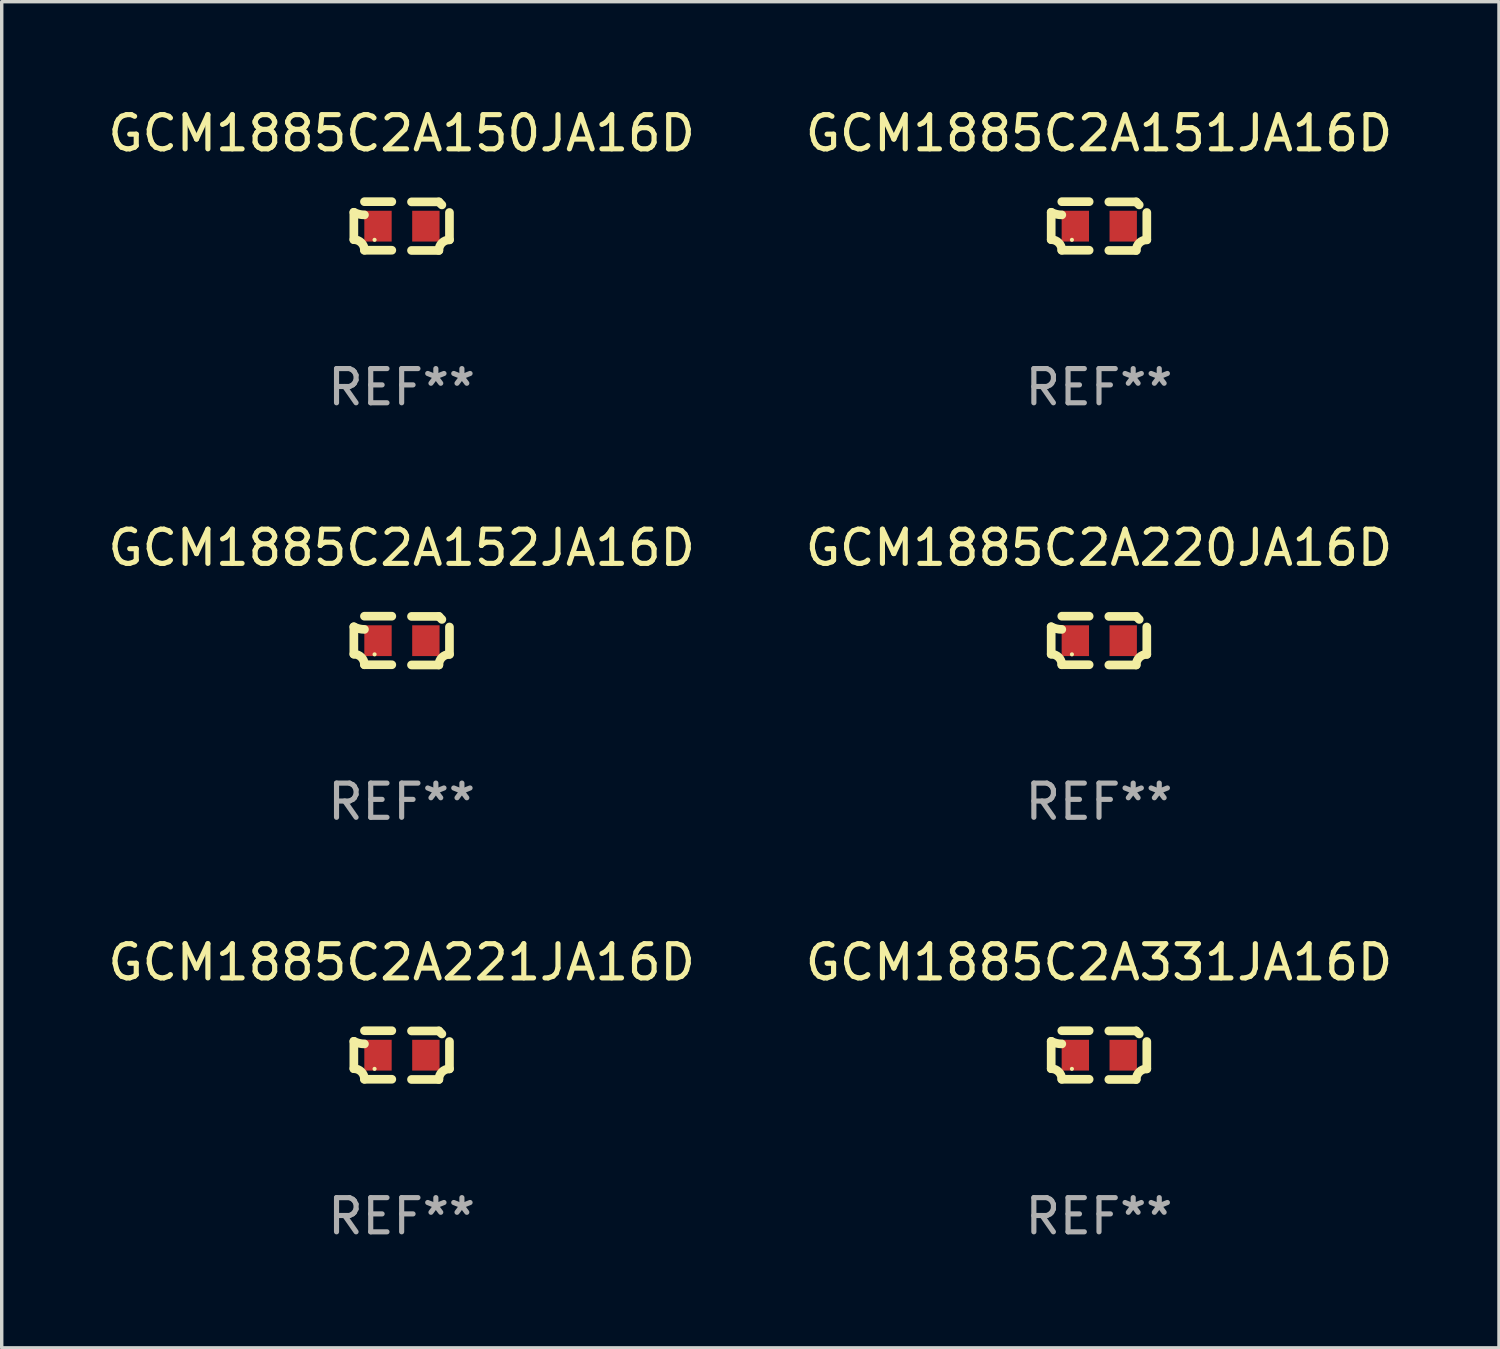
<source format=kicad_pcb>
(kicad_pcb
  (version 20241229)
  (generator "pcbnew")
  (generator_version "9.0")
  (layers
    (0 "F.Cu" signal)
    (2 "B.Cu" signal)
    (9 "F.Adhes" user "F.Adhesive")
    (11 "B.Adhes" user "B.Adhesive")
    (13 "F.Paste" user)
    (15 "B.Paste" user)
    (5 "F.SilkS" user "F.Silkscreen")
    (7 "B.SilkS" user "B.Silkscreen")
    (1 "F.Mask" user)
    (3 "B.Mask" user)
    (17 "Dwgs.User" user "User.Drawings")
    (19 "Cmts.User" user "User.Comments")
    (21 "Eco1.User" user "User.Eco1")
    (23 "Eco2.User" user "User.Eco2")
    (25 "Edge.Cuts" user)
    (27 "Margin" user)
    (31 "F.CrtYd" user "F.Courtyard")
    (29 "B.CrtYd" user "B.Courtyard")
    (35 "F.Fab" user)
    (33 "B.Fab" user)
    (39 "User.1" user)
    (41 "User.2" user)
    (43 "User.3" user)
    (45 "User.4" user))
  (footprint "GCM1885C2A150JA16D"
    (layer "F.Cu")
    (at 8.696 3.561)
    (property "Reference" "GCM1885C2A150JA16D" (at 0 -2.713 0) (layer "F.SilkS") (effects (font (size 1 1) (thickness 0.15))))
    (attr through_hole)
    (fp_line (start -1.398 -0.403) (end -1.398 0.397) (stroke (width 0.254) (type solid)) (layer "F.SilkS"))
    (fp_line (start -0.288 -0.713) (end -1.088 -0.713) (stroke (width 0.254) (type solid)) (layer "F.SilkS"))
    (fp_line (start -0.288 0.707) (end -1.088 0.707) (stroke (width 0.254) (type solid)) (layer "F.SilkS"))
    (fp_line (start 0.288 -0.707) (end 1.088 -0.707) (stroke (width 0.254) (type solid)) (layer "F.SilkS"))
    (fp_line (start 0.288 0.713) (end 1.088 0.713) (stroke (width 0.254) (type solid)) (layer "F.SilkS"))
    (fp_line (start 1.398 -0.397) (end 1.398 0.403) (stroke (width 0.254) (type solid)) (layer "F.SilkS"))
    (fp_arc (start -1.397789 0.397066) (mid -1.178701 0.487826) (end -1.08796 0.706922) (stroke (width 0.254001) (type solid)) (layer "F.SilkS"))
    (fp_arc (start -1.08796 -0.327176) (mid -1.247436 -0.346384) (end -1.39779 -0.402908) (stroke (width 0.254001) (type solid)) (layer "F.SilkS"))
    (fp_arc (start 1.087909 0.712738) (mid 1.178656 0.493655) (end 1.397739 0.402908) (stroke (width 0.254001) (type solid)) (layer "F.SilkS"))
    (fp_arc (start 1.175925 -0.618926) (mid 1.131917 -0.662923) (end 1.08791 -0.706922) (stroke (width 0.254001) (type solid)) (layer "F.SilkS"))
    (fp_circle (center -0.792 0.403) (end -0.762 0.403) (stroke (width 0.06) (type solid)) (fill no) (layer "F.SilkS"))
    (fp_text user "REF**" (at 0 4.713 0) (layer "F.Fab") (effects (font (size 1 1) (thickness 0.15))))
    (pad "1" smd rect (at -0.692 0.003) (size 0.8 0.9) (layers "F.Cu" "F.Mask" "F.Paste"))
    (pad "2" smd rect (at 0.708 0.003) (size 0.8 0.9) (layers "F.Cu" "F.Mask" "F.Paste")))
  (footprint "GCM1885C2A221JA16D"
    (layer "F.Cu")
    (at 8.696 27.805)
    (property "Reference" "GCM1885C2A221JA16D" (at 0 -2.713 0) (layer "F.SilkS") (effects (font (size 1 1) (thickness 0.15))))
    (attr through_hole)
    (fp_line (start -1.398 -0.403) (end -1.398 0.397) (stroke (width 0.254) (type solid)) (layer "F.SilkS"))
    (fp_line (start -0.288 -0.713) (end -1.088 -0.713) (stroke (width 0.254) (type solid)) (layer "F.SilkS"))
    (fp_line (start -0.288 0.707) (end -1.088 0.707) (stroke (width 0.254) (type solid)) (layer "F.SilkS"))
    (fp_line (start 0.288 -0.707) (end 1.088 -0.707) (stroke (width 0.254) (type solid)) (layer "F.SilkS"))
    (fp_line (start 0.288 0.713) (end 1.088 0.713) (stroke (width 0.254) (type solid)) (layer "F.SilkS"))
    (fp_line (start 1.398 -0.397) (end 1.398 0.403) (stroke (width 0.254) (type solid)) (layer "F.SilkS"))
    (fp_arc (start -1.397789 0.397066) (mid -1.178701 0.487826) (end -1.08796 0.706922) (stroke (width 0.254001) (type solid)) (layer "F.SilkS"))
    (fp_arc (start -1.08796 -0.327176) (mid -1.247436 -0.346384) (end -1.39779 -0.402908) (stroke (width 0.254001) (type solid)) (layer "F.SilkS"))
    (fp_arc (start 1.087909 0.712738) (mid 1.178656 0.493655) (end 1.397739 0.402908) (stroke (width 0.254001) (type solid)) (layer "F.SilkS"))
    (fp_arc (start 1.175925 -0.618926) (mid 1.131917 -0.662923) (end 1.08791 -0.706922) (stroke (width 0.254001) (type solid)) (layer "F.SilkS"))
    (fp_circle (center -0.792 0.403) (end -0.762 0.403) (stroke (width 0.06) (type solid)) (fill no) (layer "F.SilkS"))
    (fp_text user "REF**" (at 0 4.713 0) (layer "F.Fab") (effects (font (size 1 1) (thickness 0.15))))
    (pad "1" smd rect (at -0.692 0.003) (size 0.8 0.9) (layers "F.Cu" "F.Mask" "F.Paste"))
    (pad "2" smd rect (at 0.708 0.003) (size 0.8 0.9) (layers "F.Cu" "F.Mask" "F.Paste")))
  (footprint "GCM1885C2A331JA16D"
    (layer "F.Cu")
    (at 29.089 27.805)
    (property "Reference" "GCM1885C2A331JA16D" (at 0 -2.713 0) (layer "F.SilkS") (effects (font (size 1 1) (thickness 0.15))))
    (attr through_hole)
    (fp_line (start -1.398 -0.403) (end -1.398 0.397) (stroke (width 0.254) (type solid)) (layer "F.SilkS"))
    (fp_line (start -0.288 -0.713) (end -1.088 -0.713) (stroke (width 0.254) (type solid)) (layer "F.SilkS"))
    (fp_line (start -0.288 0.707) (end -1.088 0.707) (stroke (width 0.254) (type solid)) (layer "F.SilkS"))
    (fp_line (start 0.288 -0.707) (end 1.088 -0.707) (stroke (width 0.254) (type solid)) (layer "F.SilkS"))
    (fp_line (start 0.288 0.713) (end 1.088 0.713) (stroke (width 0.254) (type solid)) (layer "F.SilkS"))
    (fp_line (start 1.398 -0.397) (end 1.398 0.403) (stroke (width 0.254) (type solid)) (layer "F.SilkS"))
    (fp_arc (start -1.397789 0.397066) (mid -1.178701 0.487826) (end -1.08796 0.706922) (stroke (width 0.254001) (type solid)) (layer "F.SilkS"))
    (fp_arc (start -1.08796 -0.327176) (mid -1.247436 -0.346384) (end -1.39779 -0.402908) (stroke (width 0.254001) (type solid)) (layer "F.SilkS"))
    (fp_arc (start 1.087909 0.712738) (mid 1.178656 0.493655) (end 1.397739 0.402908) (stroke (width 0.254001) (type solid)) (layer "F.SilkS"))
    (fp_arc (start 1.175925 -0.618926) (mid 1.131917 -0.662923) (end 1.08791 -0.706922) (stroke (width 0.254001) (type solid)) (layer "F.SilkS"))
    (fp_circle (center -0.792 0.403) (end -0.762 0.403) (stroke (width 0.06) (type solid)) (fill no) (layer "F.SilkS"))
    (fp_text user "REF**" (at 0 4.713 0) (layer "F.Fab") (effects (font (size 1 1) (thickness 0.15))))
    (pad "1" smd rect (at -0.692 0.003) (size 0.8 0.9) (layers "F.Cu" "F.Mask" "F.Paste"))
    (pad "2" smd rect (at 0.708 0.003) (size 0.8 0.9) (layers "F.Cu" "F.Mask" "F.Paste")))
  (footprint "GCM1885C2A220JA16D"
    (layer "F.Cu")
    (at 29.089 15.683)
    (property "Reference" "GCM1885C2A220JA16D" (at 0 -2.713 0) (layer "F.SilkS") (effects (font (size 1 1) (thickness 0.15))))
    (attr through_hole)
    (fp_line (start -1.398 -0.403) (end -1.398 0.397) (stroke (width 0.254) (type solid)) (layer "F.SilkS"))
    (fp_line (start -0.288 -0.713) (end -1.088 -0.713) (stroke (width 0.254) (type solid)) (layer "F.SilkS"))
    (fp_line (start -0.288 0.707) (end -1.088 0.707) (stroke (width 0.254) (type solid)) (layer "F.SilkS"))
    (fp_line (start 0.288 -0.707) (end 1.088 -0.707) (stroke (width 0.254) (type solid)) (layer "F.SilkS"))
    (fp_line (start 0.288 0.713) (end 1.088 0.713) (stroke (width 0.254) (type solid)) (layer "F.SilkS"))
    (fp_line (start 1.398 -0.397) (end 1.398 0.403) (stroke (width 0.254) (type solid)) (layer "F.SilkS"))
    (fp_arc (start -1.397789 0.397066) (mid -1.178701 0.487826) (end -1.08796 0.706922) (stroke (width 0.254001) (type solid)) (layer "F.SilkS"))
    (fp_arc (start -1.08796 -0.327176) (mid -1.247436 -0.346384) (end -1.39779 -0.402908) (stroke (width 0.254001) (type solid)) (layer "F.SilkS"))
    (fp_arc (start 1.087909 0.712738) (mid 1.178656 0.493655) (end 1.397739 0.402908) (stroke (width 0.254001) (type solid)) (layer "F.SilkS"))
    (fp_arc (start 1.175925 -0.618926) (mid 1.131917 -0.662923) (end 1.08791 -0.706922) (stroke (width 0.254001) (type solid)) (layer "F.SilkS"))
    (fp_circle (center -0.792 0.403) (end -0.762 0.403) (stroke (width 0.06) (type solid)) (fill no) (layer "F.SilkS"))
    (fp_text user "REF**" (at 0 4.713 0) (layer "F.Fab") (effects (font (size 1 1) (thickness 0.15))))
    (pad "1" smd rect (at -0.692 0.003) (size 0.8 0.9) (layers "F.Cu" "F.Mask" "F.Paste"))
    (pad "2" smd rect (at 0.708 0.003) (size 0.8 0.9) (layers "F.Cu" "F.Mask" "F.Paste")))
  (footprint "GCM1885C2A152JA16D"
    (layer "F.Cu")
    (at 8.696 15.683)
    (property "Reference" "GCM1885C2A152JA16D" (at 0 -2.713 0) (layer "F.SilkS") (effects (font (size 1 1) (thickness 0.15))))
    (attr through_hole)
    (fp_line (start -1.398 -0.403) (end -1.398 0.397) (stroke (width 0.254) (type solid)) (layer "F.SilkS"))
    (fp_line (start -0.288 -0.713) (end -1.088 -0.713) (stroke (width 0.254) (type solid)) (layer "F.SilkS"))
    (fp_line (start -0.288 0.707) (end -1.088 0.707) (stroke (width 0.254) (type solid)) (layer "F.SilkS"))
    (fp_line (start 0.288 -0.707) (end 1.088 -0.707) (stroke (width 0.254) (type solid)) (layer "F.SilkS"))
    (fp_line (start 0.288 0.713) (end 1.088 0.713) (stroke (width 0.254) (type solid)) (layer "F.SilkS"))
    (fp_line (start 1.398 -0.397) (end 1.398 0.403) (stroke (width 0.254) (type solid)) (layer "F.SilkS"))
    (fp_arc (start -1.397789 0.397066) (mid -1.178701 0.487826) (end -1.08796 0.706922) (stroke (width 0.254001) (type solid)) (layer "F.SilkS"))
    (fp_arc (start -1.08796 -0.327176) (mid -1.247436 -0.346384) (end -1.39779 -0.402908) (stroke (width 0.254001) (type solid)) (layer "F.SilkS"))
    (fp_arc (start 1.087909 0.712738) (mid 1.178656 0.493655) (end 1.397739 0.402908) (stroke (width 0.254001) (type solid)) (layer "F.SilkS"))
    (fp_arc (start 1.175925 -0.618926) (mid 1.131917 -0.662923) (end 1.08791 -0.706922) (stroke (width 0.254001) (type solid)) (layer "F.SilkS"))
    (fp_circle (center -0.792 0.403) (end -0.762 0.403) (stroke (width 0.06) (type solid)) (fill no) (layer "F.SilkS"))
    (fp_text user "REF**" (at 0 4.713 0) (layer "F.Fab") (effects (font (size 1 1) (thickness 0.15))))
    (pad "1" smd rect (at -0.692 0.003) (size 0.8 0.9) (layers "F.Cu" "F.Mask" "F.Paste"))
    (pad "2" smd rect (at 0.708 0.003) (size 0.8 0.9) (layers "F.Cu" "F.Mask" "F.Paste")))
  (footprint "GCM1885C2A151JA16D"
    (layer "F.Cu")
    (at 29.089 3.561)
    (property "Reference" "GCM1885C2A151JA16D" (at 0 -2.713 0) (layer "F.SilkS") (effects (font (size 1 1) (thickness 0.15))))
    (attr through_hole)
    (fp_line (start -1.398 -0.403) (end -1.398 0.397) (stroke (width 0.254) (type solid)) (layer "F.SilkS"))
    (fp_line (start -0.288 -0.713) (end -1.088 -0.713) (stroke (width 0.254) (type solid)) (layer "F.SilkS"))
    (fp_line (start -0.288 0.707) (end -1.088 0.707) (stroke (width 0.254) (type solid)) (layer "F.SilkS"))
    (fp_line (start 0.288 -0.707) (end 1.088 -0.707) (stroke (width 0.254) (type solid)) (layer "F.SilkS"))
    (fp_line (start 0.288 0.713) (end 1.088 0.713) (stroke (width 0.254) (type solid)) (layer "F.SilkS"))
    (fp_line (start 1.398 -0.397) (end 1.398 0.403) (stroke (width 0.254) (type solid)) (layer "F.SilkS"))
    (fp_arc (start -1.397789 0.397066) (mid -1.178701 0.487826) (end -1.08796 0.706922) (stroke (width 0.254001) (type solid)) (layer "F.SilkS"))
    (fp_arc (start -1.08796 -0.327176) (mid -1.247436 -0.346384) (end -1.39779 -0.402908) (stroke (width 0.254001) (type solid)) (layer "F.SilkS"))
    (fp_arc (start 1.087909 0.712738) (mid 1.178656 0.493655) (end 1.397739 0.402908) (stroke (width 0.254001) (type solid)) (layer "F.SilkS"))
    (fp_arc (start 1.175925 -0.618926) (mid 1.131917 -0.662923) (end 1.08791 -0.706922) (stroke (width 0.254001) (type solid)) (layer "F.SilkS"))
    (fp_circle (center -0.792 0.403) (end -0.762 0.403) (stroke (width 0.06) (type solid)) (fill no) (layer "F.SilkS"))
    (fp_text user "REF**" (at 0 4.713 0) (layer "F.Fab") (effects (font (size 1 1) (thickness 0.15))))
    (pad "1" smd rect (at -0.692 0.003) (size 0.8 0.9) (layers "F.Cu" "F.Mask" "F.Paste"))
    (pad "2" smd rect (at 0.708 0.003) (size 0.8 0.9) (layers "F.Cu" "F.Mask" "F.Paste")))
  (gr_rect
    (start -3 -3)
    (end 40.786 36.366)
    (stroke (width 0.1) (type default))
    (fill no)
    (layer "Edge.Cuts")))
</source>
